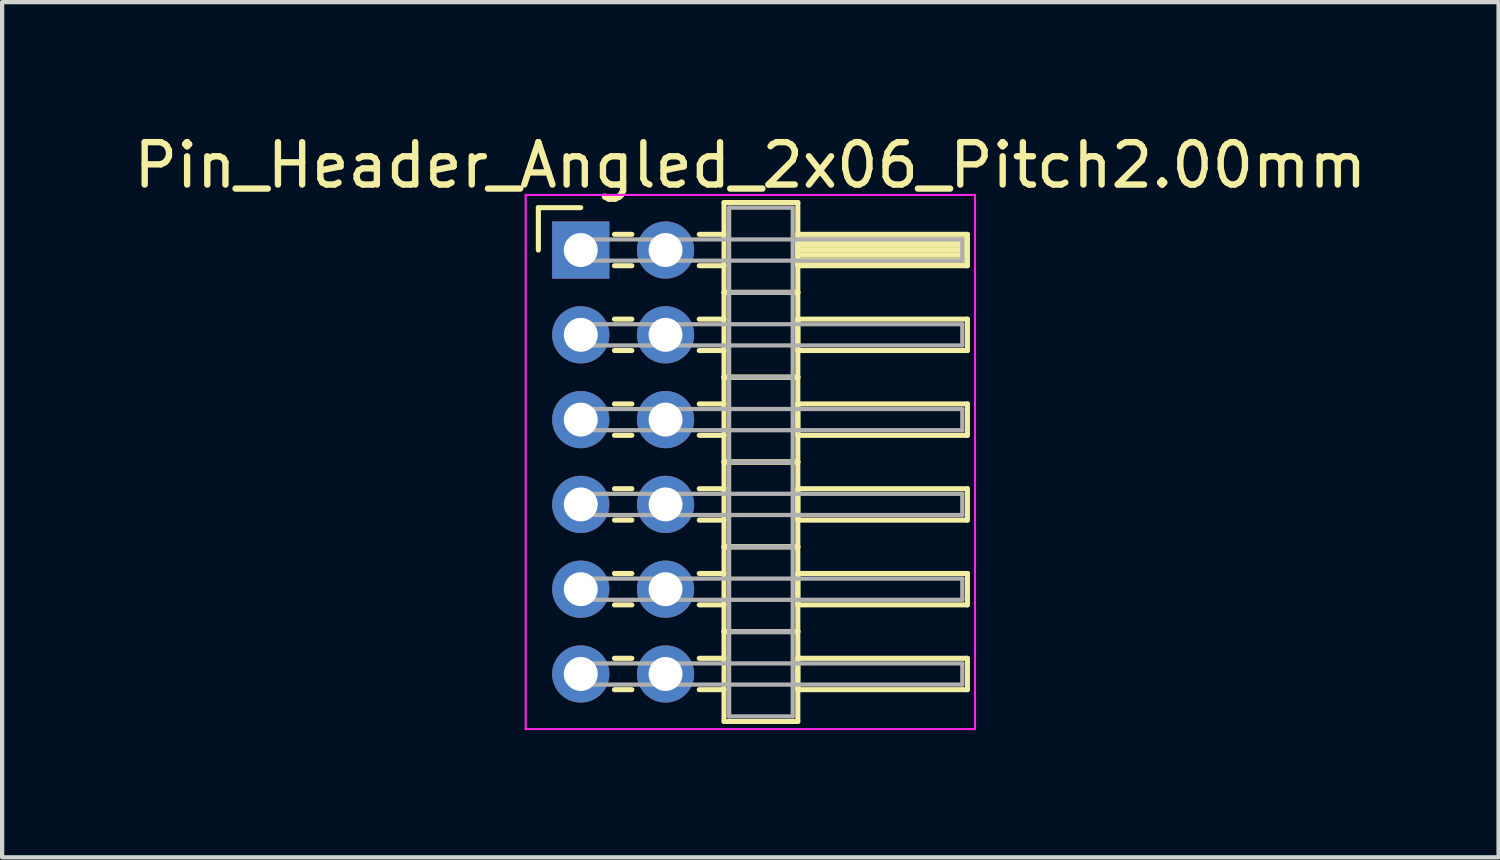
<source format=kicad_pcb>
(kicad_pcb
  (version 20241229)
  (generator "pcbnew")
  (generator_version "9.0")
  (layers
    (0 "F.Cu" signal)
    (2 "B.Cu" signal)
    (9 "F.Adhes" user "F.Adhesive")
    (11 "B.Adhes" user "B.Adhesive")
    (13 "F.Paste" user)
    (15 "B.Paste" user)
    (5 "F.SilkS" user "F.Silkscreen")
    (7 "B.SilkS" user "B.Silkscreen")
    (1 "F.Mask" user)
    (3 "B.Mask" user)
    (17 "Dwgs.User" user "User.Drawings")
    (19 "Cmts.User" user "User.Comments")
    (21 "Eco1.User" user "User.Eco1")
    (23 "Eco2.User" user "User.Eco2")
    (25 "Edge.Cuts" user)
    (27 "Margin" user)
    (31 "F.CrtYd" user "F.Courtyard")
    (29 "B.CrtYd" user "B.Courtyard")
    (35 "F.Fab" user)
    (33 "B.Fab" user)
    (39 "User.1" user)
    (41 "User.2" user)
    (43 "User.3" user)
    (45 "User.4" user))
  (footprint "Pin_Header_Angled_2x06_Pitch2.00mm"
    (layer "F.Cu")
    (at 10.649 2.848)
    (property "Reference" "Pin_Header_Angled_2x06_Pitch2.00mm" (at 4 -2 0) (layer "F.SilkS") (effects (font (size 1 1) (thickness 0.15))))
    (attr through_hole)
    (fp_line (start -1 -1) (end 0 -1) (stroke (width 0.12) (type solid)) (layer "F.SilkS"))
    (fp_line (start -1 0) (end -1 -1) (stroke (width 0.12) (type solid)) (layer "F.SilkS"))
    (fp_line (start 0.795 -0.37) (end 1.205 -0.37) (stroke (width 0.12) (type solid)) (layer "F.SilkS"))
    (fp_line (start 0.795 0.37) (end 1.205 0.37) (stroke (width 0.12) (type solid)) (layer "F.SilkS"))
    (fp_line (start 0.795 1.63) (end 1.205 1.63) (stroke (width 0.12) (type solid)) (layer "F.SilkS"))
    (fp_line (start 0.795 2.37) (end 1.205 2.37) (stroke (width 0.12) (type solid)) (layer "F.SilkS"))
    (fp_line (start 0.795 3.63) (end 1.205 3.63) (stroke (width 0.12) (type solid)) (layer "F.SilkS"))
    (fp_line (start 0.795 4.37) (end 1.205 4.37) (stroke (width 0.12) (type solid)) (layer "F.SilkS"))
    (fp_line (start 0.795 5.63) (end 1.205 5.63) (stroke (width 0.12) (type solid)) (layer "F.SilkS"))
    (fp_line (start 0.795 6.37) (end 1.205 6.37) (stroke (width 0.12) (type solid)) (layer "F.SilkS"))
    (fp_line (start 0.795 7.63) (end 1.205 7.63) (stroke (width 0.12) (type solid)) (layer "F.SilkS"))
    (fp_line (start 0.795 8.37) (end 1.205 8.37) (stroke (width 0.12) (type solid)) (layer "F.SilkS"))
    (fp_line (start 0.795 9.63) (end 1.205 9.63) (stroke (width 0.12) (type solid)) (layer "F.SilkS"))
    (fp_line (start 0.795 10.37) (end 1.205 10.37) (stroke (width 0.12) (type solid)) (layer "F.SilkS"))
    (fp_line (start 2.795 -0.37) (end 3.38 -0.37) (stroke (width 0.12) (type solid)) (layer "F.SilkS"))
    (fp_line (start 2.795 0.37) (end 3.38 0.37) (stroke (width 0.12) (type solid)) (layer "F.SilkS"))
    (fp_line (start 2.795 1.63) (end 3.38 1.63) (stroke (width 0.12) (type solid)) (layer "F.SilkS"))
    (fp_line (start 2.795 2.37) (end 3.38 2.37) (stroke (width 0.12) (type solid)) (layer "F.SilkS"))
    (fp_line (start 2.795 3.63) (end 3.38 3.63) (stroke (width 0.12) (type solid)) (layer "F.SilkS"))
    (fp_line (start 2.795 4.37) (end 3.38 4.37) (stroke (width 0.12) (type solid)) (layer "F.SilkS"))
    (fp_line (start 2.795 5.63) (end 3.38 5.63) (stroke (width 0.12) (type solid)) (layer "F.SilkS"))
    (fp_line (start 2.795 6.37) (end 3.38 6.37) (stroke (width 0.12) (type solid)) (layer "F.SilkS"))
    (fp_line (start 2.795 7.63) (end 3.38 7.63) (stroke (width 0.12) (type solid)) (layer "F.SilkS"))
    (fp_line (start 2.795 8.37) (end 3.38 8.37) (stroke (width 0.12) (type solid)) (layer "F.SilkS"))
    (fp_line (start 2.795 9.63) (end 3.38 9.63) (stroke (width 0.12) (type solid)) (layer "F.SilkS"))
    (fp_line (start 2.795 10.37) (end 3.38 10.37) (stroke (width 0.12) (type solid)) (layer "F.SilkS"))
    (fp_line (start 3.38 -1.12) (end 3.38 1) (stroke (width 0.12) (type solid)) (layer "F.SilkS"))
    (fp_line (start 3.38 1) (end 3.38 3) (stroke (width 0.12) (type solid)) (layer "F.SilkS"))
    (fp_line (start 3.38 1) (end 5.12 1) (stroke (width 0.12) (type solid)) (layer "F.SilkS"))
    (fp_line (start 3.38 3) (end 3.38 5) (stroke (width 0.12) (type solid)) (layer "F.SilkS"))
    (fp_line (start 3.38 3) (end 5.12 3) (stroke (width 0.12) (type solid)) (layer "F.SilkS"))
    (fp_line (start 3.38 5) (end 3.38 7) (stroke (width 0.12) (type solid)) (layer "F.SilkS"))
    (fp_line (start 3.38 5) (end 5.12 5) (stroke (width 0.12) (type solid)) (layer "F.SilkS"))
    (fp_line (start 3.38 7) (end 3.38 9) (stroke (width 0.12) (type solid)) (layer "F.SilkS"))
    (fp_line (start 3.38 7) (end 5.12 7) (stroke (width 0.12) (type solid)) (layer "F.SilkS"))
    (fp_line (start 3.38 9) (end 3.38 11.12) (stroke (width 0.12) (type solid)) (layer "F.SilkS"))
    (fp_line (start 3.38 9) (end 5.12 9) (stroke (width 0.12) (type solid)) (layer "F.SilkS"))
    (fp_line (start 3.38 11.12) (end 5.12 11.12) (stroke (width 0.12) (type solid)) (layer "F.SilkS"))
    (fp_line (start 5.12 -1.12) (end 3.38 -1.12) (stroke (width 0.12) (type solid)) (layer "F.SilkS"))
    (fp_line (start 5.12 -0.37) (end 5.12 0.37) (stroke (width 0.12) (type solid)) (layer "F.SilkS"))
    (fp_line (start 5.12 -0.25) (end 9.12 -0.25) (stroke (width 0.12) (type solid)) (layer "F.SilkS"))
    (fp_line (start 5.12 -0.13) (end 9.12 -0.13) (stroke (width 0.12) (type solid)) (layer "F.SilkS"))
    (fp_line (start 5.12 -0.01) (end 9.12 -0.01) (stroke (width 0.12) (type solid)) (layer "F.SilkS"))
    (fp_line (start 5.12 0.11) (end 9.12 0.11) (stroke (width 0.12) (type solid)) (layer "F.SilkS"))
    (fp_line (start 5.12 0.23) (end 9.12 0.23) (stroke (width 0.12) (type solid)) (layer "F.SilkS"))
    (fp_line (start 5.12 0.35) (end 9.12 0.35) (stroke (width 0.12) (type solid)) (layer "F.SilkS"))
    (fp_line (start 5.12 0.37) (end 9.12 0.37) (stroke (width 0.12) (type solid)) (layer "F.SilkS"))
    (fp_line (start 5.12 1) (end 3.38 1) (stroke (width 0.12) (type solid)) (layer "F.SilkS"))
    (fp_line (start 5.12 1) (end 5.12 -1.12) (stroke (width 0.12) (type solid)) (layer "F.SilkS"))
    (fp_line (start 5.12 1.63) (end 5.12 2.37) (stroke (width 0.12) (type solid)) (layer "F.SilkS"))
    (fp_line (start 5.12 2.37) (end 9.12 2.37) (stroke (width 0.12) (type solid)) (layer "F.SilkS"))
    (fp_line (start 5.12 3) (end 3.38 3) (stroke (width 0.12) (type solid)) (layer "F.SilkS"))
    (fp_line (start 5.12 3) (end 5.12 1) (stroke (width 0.12) (type solid)) (layer "F.SilkS"))
    (fp_line (start 5.12 3.63) (end 5.12 4.37) (stroke (width 0.12) (type solid)) (layer "F.SilkS"))
    (fp_line (start 5.12 4.37) (end 9.12 4.37) (stroke (width 0.12) (type solid)) (layer "F.SilkS"))
    (fp_line (start 5.12 5) (end 3.38 5) (stroke (width 0.12) (type solid)) (layer "F.SilkS"))
    (fp_line (start 5.12 5) (end 5.12 3) (stroke (width 0.12) (type solid)) (layer "F.SilkS"))
    (fp_line (start 5.12 5.63) (end 5.12 6.37) (stroke (width 0.12) (type solid)) (layer "F.SilkS"))
    (fp_line (start 5.12 6.37) (end 9.12 6.37) (stroke (width 0.12) (type solid)) (layer "F.SilkS"))
    (fp_line (start 5.12 7) (end 3.38 7) (stroke (width 0.12) (type solid)) (layer "F.SilkS"))
    (fp_line (start 5.12 7) (end 5.12 5) (stroke (width 0.12) (type solid)) (layer "F.SilkS"))
    (fp_line (start 5.12 7.63) (end 5.12 8.37) (stroke (width 0.12) (type solid)) (layer "F.SilkS"))
    (fp_line (start 5.12 8.37) (end 9.12 8.37) (stroke (width 0.12) (type solid)) (layer "F.SilkS"))
    (fp_line (start 5.12 9) (end 3.38 9) (stroke (width 0.12) (type solid)) (layer "F.SilkS"))
    (fp_line (start 5.12 9) (end 5.12 7) (stroke (width 0.12) (type solid)) (layer "F.SilkS"))
    (fp_line (start 5.12 9.63) (end 5.12 10.37) (stroke (width 0.12) (type solid)) (layer "F.SilkS"))
    (fp_line (start 5.12 10.37) (end 9.12 10.37) (stroke (width 0.12) (type solid)) (layer "F.SilkS"))
    (fp_line (start 5.12 11.12) (end 5.12 9) (stroke (width 0.12) (type solid)) (layer "F.SilkS"))
    (fp_line (start 9.12 -0.37) (end 5.12 -0.37) (stroke (width 0.12) (type solid)) (layer "F.SilkS"))
    (fp_line (start 9.12 0.37) (end 9.12 -0.37) (stroke (width 0.12) (type solid)) (layer "F.SilkS"))
    (fp_line (start 9.12 1.63) (end 5.12 1.63) (stroke (width 0.12) (type solid)) (layer "F.SilkS"))
    (fp_line (start 9.12 2.37) (end 9.12 1.63) (stroke (width 0.12) (type solid)) (layer "F.SilkS"))
    (fp_line (start 9.12 3.63) (end 5.12 3.63) (stroke (width 0.12) (type solid)) (layer "F.SilkS"))
    (fp_line (start 9.12 4.37) (end 9.12 3.63) (stroke (width 0.12) (type solid)) (layer "F.SilkS"))
    (fp_line (start 9.12 5.63) (end 5.12 5.63) (stroke (width 0.12) (type solid)) (layer "F.SilkS"))
    (fp_line (start 9.12 6.37) (end 9.12 5.63) (stroke (width 0.12) (type solid)) (layer "F.SilkS"))
    (fp_line (start 9.12 7.63) (end 5.12 7.63) (stroke (width 0.12) (type solid)) (layer "F.SilkS"))
    (fp_line (start 9.12 8.37) (end 9.12 7.63) (stroke (width 0.12) (type solid)) (layer "F.SilkS"))
    (fp_line (start 9.12 9.63) (end 5.12 9.63) (stroke (width 0.12) (type solid)) (layer "F.SilkS"))
    (fp_line (start 9.12 10.37) (end 9.12 9.63) (stroke (width 0.12) (type solid)) (layer "F.SilkS"))
    (fp_line (start -1.3 -1.3) (end -1.3 11.3) (stroke (width 0.05) (type solid)) (layer "F.CrtYd"))
    (fp_line (start -1.3 11.3) (end 9.3 11.3) (stroke (width 0.05) (type solid)) (layer "F.CrtYd"))
    (fp_line (start 9.3 -1.3) (end -1.3 -1.3) (stroke (width 0.05) (type solid)) (layer "F.CrtYd"))
    (fp_line (start 9.3 11.3) (end 9.3 -1.3) (stroke (width 0.05) (type solid)) (layer "F.CrtYd"))
    (fp_line (start 0 -0.25) (end 0 0.25) (stroke (width 0.1) (type solid)) (layer "F.Fab"))
    (fp_line (start 0 0.25) (end 9 0.25) (stroke (width 0.1) (type solid)) (layer "F.Fab"))
    (fp_line (start 0 1.75) (end 0 2.25) (stroke (width 0.1) (type solid)) (layer "F.Fab"))
    (fp_line (start 0 2.25) (end 9 2.25) (stroke (width 0.1) (type solid)) (layer "F.Fab"))
    (fp_line (start 0 3.75) (end 0 4.25) (stroke (width 0.1) (type solid)) (layer "F.Fab"))
    (fp_line (start 0 4.25) (end 9 4.25) (stroke (width 0.1) (type solid)) (layer "F.Fab"))
    (fp_line (start 0 5.75) (end 0 6.25) (stroke (width 0.1) (type solid)) (layer "F.Fab"))
    (fp_line (start 0 6.25) (end 9 6.25) (stroke (width 0.1) (type solid)) (layer "F.Fab"))
    (fp_line (start 0 7.75) (end 0 8.25) (stroke (width 0.1) (type solid)) (layer "F.Fab"))
    (fp_line (start 0 8.25) (end 9 8.25) (stroke (width 0.1) (type solid)) (layer "F.Fab"))
    (fp_line (start 0 9.75) (end 0 10.25) (stroke (width 0.1) (type solid)) (layer "F.Fab"))
    (fp_line (start 0 10.25) (end 9 10.25) (stroke (width 0.1) (type solid)) (layer "F.Fab"))
    (fp_line (start 3.5 -1) (end 3.5 1) (stroke (width 0.1) (type solid)) (layer "F.Fab"))
    (fp_line (start 3.5 1) (end 3.5 3) (stroke (width 0.1) (type solid)) (layer "F.Fab"))
    (fp_line (start 3.5 1) (end 5 1) (stroke (width 0.1) (type solid)) (layer "F.Fab"))
    (fp_line (start 3.5 3) (end 3.5 5) (stroke (width 0.1) (type solid)) (layer "F.Fab"))
    (fp_line (start 3.5 3) (end 5 3) (stroke (width 0.1) (type solid)) (layer "F.Fab"))
    (fp_line (start 3.5 5) (end 3.5 7) (stroke (width 0.1) (type solid)) (layer "F.Fab"))
    (fp_line (start 3.5 5) (end 5 5) (stroke (width 0.1) (type solid)) (layer "F.Fab"))
    (fp_line (start 3.5 7) (end 3.5 9) (stroke (width 0.1) (type solid)) (layer "F.Fab"))
    (fp_line (start 3.5 7) (end 5 7) (stroke (width 0.1) (type solid)) (layer "F.Fab"))
    (fp_line (start 3.5 9) (end 3.5 11) (stroke (width 0.1) (type solid)) (layer "F.Fab"))
    (fp_line (start 3.5 9) (end 5 9) (stroke (width 0.1) (type solid)) (layer "F.Fab"))
    (fp_line (start 3.5 11) (end 5 11) (stroke (width 0.1) (type solid)) (layer "F.Fab"))
    (fp_line (start 5 -1) (end 3.5 -1) (stroke (width 0.1) (type solid)) (layer "F.Fab"))
    (fp_line (start 5 1) (end 3.5 1) (stroke (width 0.1) (type solid)) (layer "F.Fab"))
    (fp_line (start 5 1) (end 5 -1) (stroke (width 0.1) (type solid)) (layer "F.Fab"))
    (fp_line (start 5 3) (end 3.5 3) (stroke (width 0.1) (type solid)) (layer "F.Fab"))
    (fp_line (start 5 3) (end 5 1) (stroke (width 0.1) (type solid)) (layer "F.Fab"))
    (fp_line (start 5 5) (end 3.5 5) (stroke (width 0.1) (type solid)) (layer "F.Fab"))
    (fp_line (start 5 5) (end 5 3) (stroke (width 0.1) (type solid)) (layer "F.Fab"))
    (fp_line (start 5 7) (end 3.5 7) (stroke (width 0.1) (type solid)) (layer "F.Fab"))
    (fp_line (start 5 7) (end 5 5) (stroke (width 0.1) (type solid)) (layer "F.Fab"))
    (fp_line (start 5 9) (end 3.5 9) (stroke (width 0.1) (type solid)) (layer "F.Fab"))
    (fp_line (start 5 9) (end 5 7) (stroke (width 0.1) (type solid)) (layer "F.Fab"))
    (fp_line (start 5 11) (end 5 9) (stroke (width 0.1) (type solid)) (layer "F.Fab"))
    (fp_line (start 9 -0.25) (end 0 -0.25) (stroke (width 0.1) (type solid)) (layer "F.Fab"))
    (fp_line (start 9 0.25) (end 9 -0.25) (stroke (width 0.1) (type solid)) (layer "F.Fab"))
    (fp_line (start 9 1.75) (end 0 1.75) (stroke (width 0.1) (type solid)) (layer "F.Fab"))
    (fp_line (start 9 2.25) (end 9 1.75) (stroke (width 0.1) (type solid)) (layer "F.Fab"))
    (fp_line (start 9 3.75) (end 0 3.75) (stroke (width 0.1) (type solid)) (layer "F.Fab"))
    (fp_line (start 9 4.25) (end 9 3.75) (stroke (width 0.1) (type solid)) (layer "F.Fab"))
    (fp_line (start 9 5.75) (end 0 5.75) (stroke (width 0.1) (type solid)) (layer "F.Fab"))
    (fp_line (start 9 6.25) (end 9 5.75) (stroke (width 0.1) (type solid)) (layer "F.Fab"))
    (fp_line (start 9 7.75) (end 0 7.75) (stroke (width 0.1) (type solid)) (layer "F.Fab"))
    (fp_line (start 9 8.25) (end 9 7.75) (stroke (width 0.1) (type solid)) (layer "F.Fab"))
    (fp_line (start 9 9.75) (end 0 9.75) (stroke (width 0.1) (type solid)) (layer "F.Fab"))
    (fp_line (start 9 10.25) (end 9 9.75) (stroke (width 0.1) (type solid)) (layer "F.Fab"))
    (pad "1" thru_hole rect (at 0 0) (size 1.35 1.35) (drill 0.8) (layers "*.Cu" "*.Mask"))
    (pad "2" thru_hole oval (at 2 0) (size 1.35 1.35) (drill 0.8) (layers "*.Cu" "*.Mask"))
    (pad "3" thru_hole oval (at 0 2) (size 1.35 1.35) (drill 0.8) (layers "*.Cu" "*.Mask"))
    (pad "4" thru_hole oval (at 2 2) (size 1.35 1.35) (drill 0.8) (layers "*.Cu" "*.Mask"))
    (pad "5" thru_hole oval (at 0 4) (size 1.35 1.35) (drill 0.8) (layers "*.Cu" "*.Mask"))
    (pad "6" thru_hole oval (at 2 4) (size 1.35 1.35) (drill 0.8) (layers "*.Cu" "*.Mask"))
    (pad "7" thru_hole oval (at 0 6) (size 1.35 1.35) (drill 0.8) (layers "*.Cu" "*.Mask"))
    (pad "8" thru_hole oval (at 2 6) (size 1.35 1.35) (drill 0.8) (layers "*.Cu" "*.Mask"))
    (pad "9" thru_hole oval (at 0 8) (size 1.35 1.35) (drill 0.8) (layers "*.Cu" "*.Mask"))
    (pad "10" thru_hole oval (at 2 8) (size 1.35 1.35) (drill 0.8) (layers "*.Cu" "*.Mask"))
    (pad "11" thru_hole oval (at 0 10) (size 1.35 1.35) (drill 0.8) (layers "*.Cu" "*.Mask"))
    (pad "12" thru_hole oval (at 2 10) (size 1.35 1.35) (drill 0.8) (layers "*.Cu" "*.Mask")))
  (gr_rect
    (start -3 -3)
    (end 32.298 17.173)
    (stroke (width 0.1) (type default))
    (fill no)
    (layer "Edge.Cuts")))
</source>
